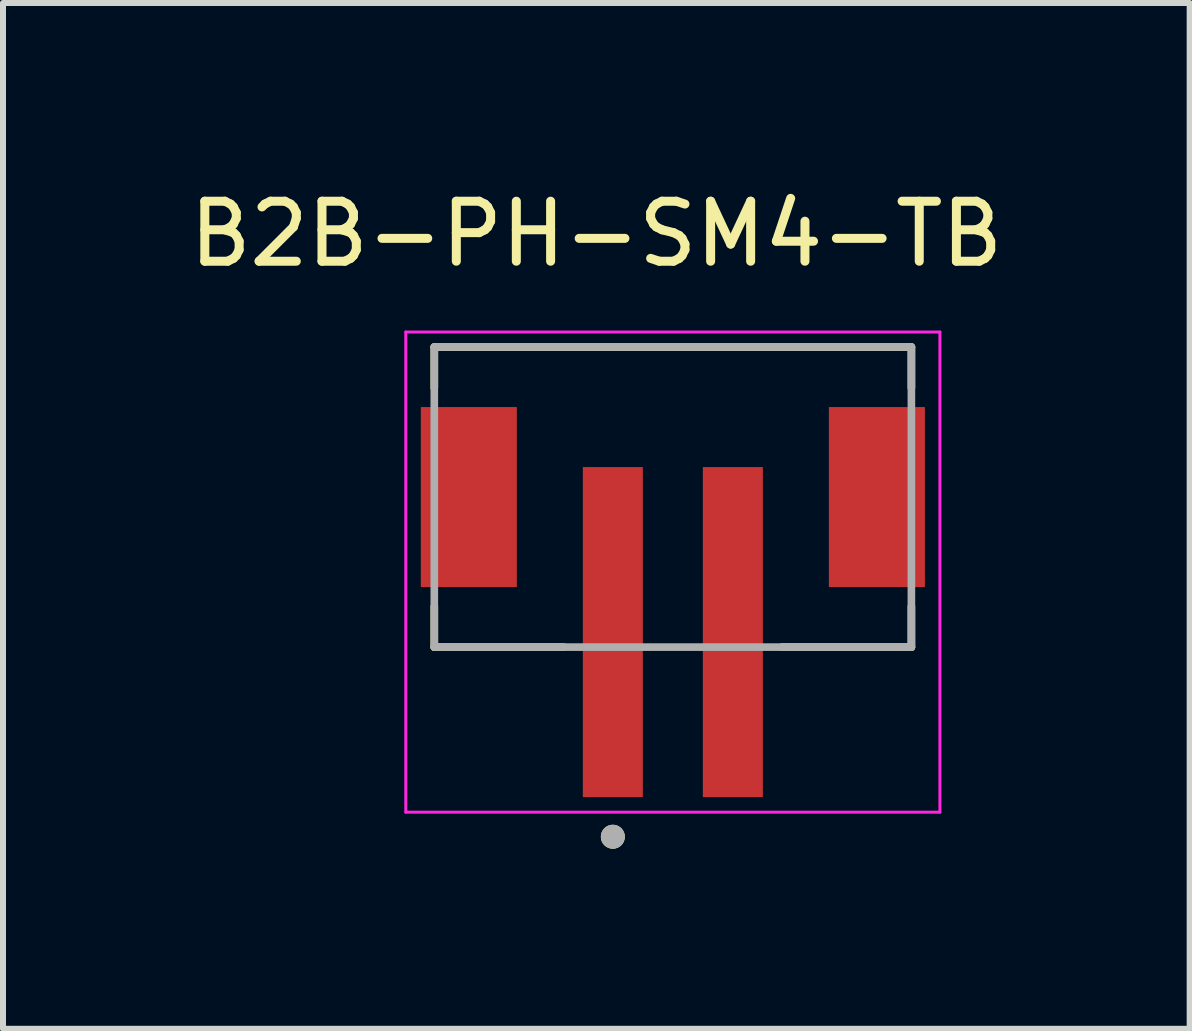
<source format=kicad_pcb>
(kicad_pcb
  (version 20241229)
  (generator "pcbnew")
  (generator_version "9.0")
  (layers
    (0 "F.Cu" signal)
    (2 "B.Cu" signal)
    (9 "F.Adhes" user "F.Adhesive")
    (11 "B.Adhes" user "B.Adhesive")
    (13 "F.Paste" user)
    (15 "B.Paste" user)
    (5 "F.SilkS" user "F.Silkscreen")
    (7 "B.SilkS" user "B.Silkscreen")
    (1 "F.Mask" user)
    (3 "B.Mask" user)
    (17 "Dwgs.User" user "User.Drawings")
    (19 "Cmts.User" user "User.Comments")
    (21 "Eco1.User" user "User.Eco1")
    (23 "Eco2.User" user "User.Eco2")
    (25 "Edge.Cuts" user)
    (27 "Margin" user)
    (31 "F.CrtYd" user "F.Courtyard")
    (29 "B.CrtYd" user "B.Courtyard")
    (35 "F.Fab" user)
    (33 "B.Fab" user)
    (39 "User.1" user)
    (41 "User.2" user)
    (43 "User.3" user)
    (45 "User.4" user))
  (footprint "B2B-PH-SM4-TB"
    (layer "F.Cu")
    (at 8.162 5.233)
    (property "Reference" "B2B-PH-SM4-TB" (at -1.275 -4.385 0) (layer "F.SilkS") (effects (font (size 1 1) (thickness 0.15))))
    (attr smd)
    (fp_line (start -3.975 -2.5) (end 3.975 -2.5) (stroke (width 0.127) (type solid)) (layer "F.SilkS"))
    (fp_line (start -3.975 -1.82) (end -3.975 -2.5) (stroke (width 0.127) (type solid)) (layer "F.SilkS"))
    (fp_line (start -3.975 2.5) (end -3.975 1.82) (stroke (width 0.127) (type solid)) (layer "F.SilkS"))
    (fp_line (start -1.82 2.5) (end -3.975 2.5) (stroke (width 0.127) (type solid)) (layer "F.SilkS"))
    (fp_line (start 3.975 -2.5) (end 3.975 -1.82) (stroke (width 0.127) (type solid)) (layer "F.SilkS"))
    (fp_line (start 3.975 2.5) (end 1.82 2.5) (stroke (width 0.127) (type solid)) (layer "F.SilkS"))
    (fp_line (start 3.975 2.5) (end 3.975 1.82) (stroke (width 0.127) (type solid)) (layer "F.SilkS"))
    (fp_circle (center -1 5.66) (end -0.9 5.66) (stroke (width 0.2) (type solid)) (fill no) (layer "F.SilkS"))
    (fp_line (start -4.45 -2.75) (end -4.45 5.25) (stroke (width 0.05) (type solid)) (layer "F.CrtYd"))
    (fp_line (start -4.45 5.25) (end 4.45 5.25) (stroke (width 0.05) (type solid)) (layer "F.CrtYd"))
    (fp_line (start 4.45 -2.75) (end -4.45 -2.75) (stroke (width 0.05) (type solid)) (layer "F.CrtYd"))
    (fp_line (start 4.45 5.25) (end 4.45 -2.75) (stroke (width 0.05) (type solid)) (layer "F.CrtYd"))
    (fp_line (start -3.975 -2.5) (end 3.975 -2.5) (stroke (width 0.127) (type solid)) (layer "F.Fab"))
    (fp_line (start -3.975 2.5) (end -3.975 -2.5) (stroke (width 0.127) (type solid)) (layer "F.Fab"))
    (fp_line (start 3.975 -2.5) (end 3.975 2.5) (stroke (width 0.127) (type solid)) (layer "F.Fab"))
    (fp_line (start 3.975 2.5) (end -3.975 2.5) (stroke (width 0.127) (type solid)) (layer "F.Fab"))
    (fp_circle (center -1 5.66) (end -0.9 5.66) (stroke (width 0.2) (type solid)) (fill no) (layer "F.Fab"))
    (pad "1" smd rect (at -1 2.25) (size 1 5.5) (layers "F.Cu" "F.Mask" "F.Paste"))
    (pad "2" smd rect (at 1 2.25) (size 1 5.5) (layers "F.Cu" "F.Mask" "F.Paste"))
    (pad "S1" smd rect (at -3.4 0) (size 1.6 3) (layers "F.Cu" "F.Mask" "F.Paste"))
    (pad "S2" smd rect (at 3.4 0) (size 1.6 3) (layers "F.Cu" "F.Mask" "F.Paste")))
  (gr_rect
    (start -3 -3)
    (end 16.774 14.093)
    (stroke (width 0.1) (type default))
    (fill no)
    (layer "Edge.Cuts")))
</source>
